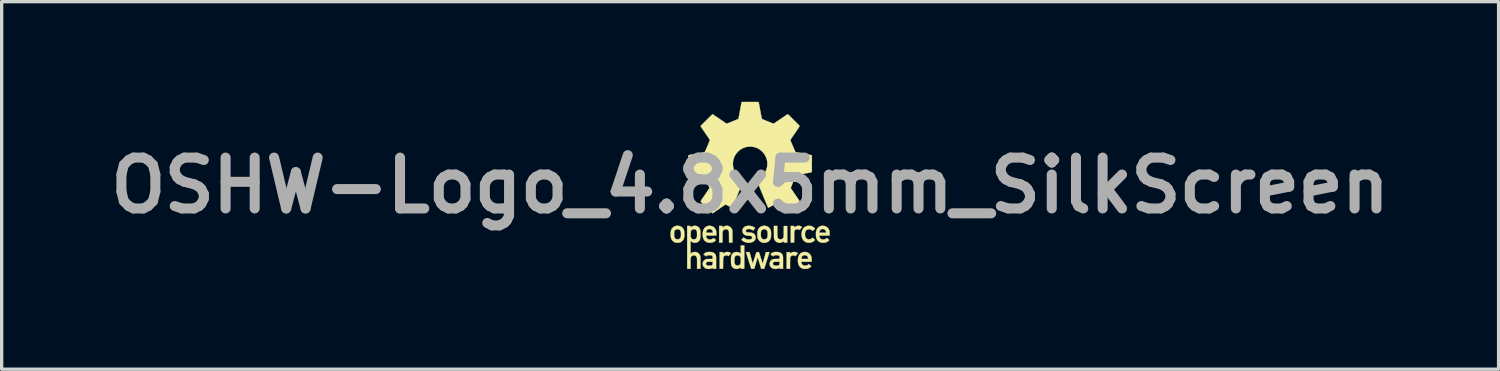
<source format=kicad_pcb>
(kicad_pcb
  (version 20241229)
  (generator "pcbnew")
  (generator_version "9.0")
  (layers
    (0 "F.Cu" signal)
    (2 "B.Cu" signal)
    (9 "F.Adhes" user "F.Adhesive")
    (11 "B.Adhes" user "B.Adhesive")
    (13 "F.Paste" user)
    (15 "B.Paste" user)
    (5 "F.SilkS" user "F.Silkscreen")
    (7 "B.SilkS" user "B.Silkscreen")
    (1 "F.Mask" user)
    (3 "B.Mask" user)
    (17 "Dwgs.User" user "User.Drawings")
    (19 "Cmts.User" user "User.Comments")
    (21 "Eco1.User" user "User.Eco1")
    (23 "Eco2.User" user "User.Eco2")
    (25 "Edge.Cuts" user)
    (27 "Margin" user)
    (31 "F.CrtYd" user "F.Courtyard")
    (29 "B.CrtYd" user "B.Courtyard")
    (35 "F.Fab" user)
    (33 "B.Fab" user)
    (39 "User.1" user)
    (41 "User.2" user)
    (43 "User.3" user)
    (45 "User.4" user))
  (footprint "OSHW-Logo_4.8x5mm_SilkScreen"
    (layer "F.Cu")
    (at 19.42 2.505)
    (property "Reference" "OSHW-Logo_4.8x5mm_SilkScreen" (at 0 0 0) (layer "F.Fab") (effects (font (size 1.524 1.524) (thickness 0.3))))
    (attr through_hole)
    (fp_poly (pts (xy 1.484 1.212) (xy 1.509 1.22) (xy 1.523 1.227) (xy 1.532 1.232) (xy 1.541 1.237) (xy 1.546 1.241) (xy 1.546 1.241) (xy 1.554 1.247) (xy 1.549 1.253) (xy 1.546 1.256) (xy 1.54 1.263) (xy 1.533 1.272) (xy 1.524 1.283) (xy 1.514 1.295) (xy 1.513 1.296) (xy 1.482 1.333) (xy 1.474 1.328) (xy 1.46 1.319) (xy 1.447 1.314) (xy 1.433 1.311) (xy 1.418 1.31) (xy 1.416 1.31) (xy 1.393 1.312) (xy 1.373 1.318) (xy 1.356 1.327) (xy 1.342 1.341) (xy 1.331 1.358) (xy 1.325 1.372) (xy 1.32 1.388) (xy 1.318 1.711) (xy 1.218 1.711) (xy 1.218 1.213) (xy 1.318 1.213) (xy 1.318 1.268) (xy 1.335 1.252) (xy 1.356 1.235) (xy 1.379 1.223) (xy 1.405 1.214) (xy 1.431 1.209) (xy 1.457 1.209) (xy 1.484 1.212)) (stroke (width 0.01) (type solid)) (fill yes) (layer "F.SilkS"))
    (fp_poly (pts (xy -0.645 1.996) (xy -0.619 2.004) (xy -0.606 2.01) (xy -0.597 2.016) (xy -0.588 2.021) (xy -0.582 2.025) (xy -0.582 2.025) (xy -0.575 2.031) (xy -0.611 2.074) (xy -0.648 2.117) (xy -0.655 2.112) (xy -0.67 2.103) (xy -0.683 2.097) (xy -0.696 2.094) (xy -0.712 2.094) (xy -0.727 2.094) (xy -0.74 2.096) (xy -0.751 2.1) (xy -0.763 2.105) (xy -0.767 2.107) (xy -0.781 2.119) (xy -0.793 2.134) (xy -0.803 2.152) (xy -0.804 2.156) (xy -0.805 2.159) (xy -0.806 2.162) (xy -0.807 2.166) (xy -0.807 2.17) (xy -0.808 2.175) (xy -0.808 2.182) (xy -0.809 2.191) (xy -0.809 2.202) (xy -0.809 2.216) (xy -0.809 2.232) (xy -0.81 2.252) (xy -0.81 2.276) (xy -0.81 2.304) (xy -0.81 2.333) (xy -0.811 2.495) (xy -0.911 2.495) (xy -0.911 1.997) (xy -0.811 1.997) (xy -0.811 2.051) (xy -0.794 2.035) (xy -0.773 2.019) (xy -0.749 2.006) (xy -0.724 1.997) (xy -0.698 1.993) (xy -0.671 1.992) (xy -0.645 1.996)) (stroke (width 0.01) (type solid)) (fill yes) (layer "F.SilkS"))
    (fp_poly (pts (xy 1.359 1.996) (xy 1.384 2.004) (xy 1.408 2.015) (xy 1.419 2.022) (xy 1.43 2.03) (xy 1.4 2.067) (xy 1.39 2.078) (xy 1.381 2.089) (xy 1.373 2.099) (xy 1.367 2.106) (xy 1.363 2.11) (xy 1.363 2.11) (xy 1.358 2.117) (xy 1.344 2.108) (xy 1.323 2.098) (xy 1.302 2.093) (xy 1.281 2.093) (xy 1.259 2.098) (xy 1.254 2.1) (xy 1.239 2.107) (xy 1.226 2.118) (xy 1.214 2.132) (xy 1.205 2.146) (xy 1.203 2.15) (xy 1.197 2.164) (xy 1.196 2.329) (xy 1.195 2.494) (xy 1.146 2.495) (xy 1.128 2.495) (xy 1.115 2.495) (xy 1.105 2.494) (xy 1.099 2.494) (xy 1.096 2.493) (xy 1.095 2.492) (xy 1.095 2.489) (xy 1.095 2.482) (xy 1.094 2.47) (xy 1.094 2.455) (xy 1.094 2.436) (xy 1.094 2.413) (xy 1.094 2.388) (xy 1.094 2.361) (xy 1.094 2.331) (xy 1.094 2.299) (xy 1.094 2.265) (xy 1.094 2.244) (xy 1.095 1.998) (xy 1.195 1.998) (xy 1.196 2.024) (xy 1.196 2.05) (xy 1.212 2.034) (xy 1.233 2.018) (xy 1.256 2.006) (xy 1.281 1.997) (xy 1.307 1.993) (xy 1.333 1.992) (xy 1.359 1.996)) (stroke (width 0.01) (type solid)) (fill yes) (layer "F.SilkS"))
    (fp_poly (pts (xy 0.813 1.365) (xy 0.813 1.397) (xy 0.813 1.426) (xy 0.813 1.452) (xy 0.814 1.475) (xy 0.814 1.495) (xy 0.814 1.512) (xy 0.815 1.524) (xy 0.815 1.531) (xy 0.816 1.533) (xy 0.821 1.553) (xy 0.83 1.572) (xy 0.843 1.588) (xy 0.858 1.601) (xy 0.873 1.609) (xy 0.888 1.613) (xy 0.905 1.615) (xy 0.922 1.615) (xy 0.939 1.612) (xy 0.95 1.609) (xy 0.967 1.6) (xy 0.982 1.587) (xy 0.994 1.57) (xy 1.004 1.551) (xy 1.004 1.55) (xy 1.005 1.546) (xy 1.005 1.538) (xy 1.006 1.527) (xy 1.006 1.511) (xy 1.007 1.492) (xy 1.007 1.468) (xy 1.008 1.439) (xy 1.008 1.406) (xy 1.008 1.378) (xy 1.01 1.215) (xy 1.11 1.215) (xy 1.111 1.711) (xy 1.01 1.71) (xy 1.009 1.685) (xy 1.008 1.66) (xy 0.992 1.675) (xy 0.974 1.689) (xy 0.954 1.7) (xy 0.933 1.709) (xy 0.919 1.713) (xy 0.904 1.715) (xy 0.887 1.716) (xy 0.87 1.716) (xy 0.853 1.714) (xy 0.842 1.712) (xy 0.815 1.704) (xy 0.791 1.691) (xy 0.769 1.674) (xy 0.75 1.654) (xy 0.735 1.632) (xy 0.731 1.625) (xy 0.728 1.619) (xy 0.725 1.613) (xy 0.723 1.608) (xy 0.721 1.603) (xy 0.72 1.597) (xy 0.718 1.59) (xy 0.717 1.583) (xy 0.716 1.574) (xy 0.715 1.563) (xy 0.715 1.549) (xy 0.714 1.533) (xy 0.714 1.514) (xy 0.714 1.492) (xy 0.714 1.466) (xy 0.714 1.436) (xy 0.713 1.401) (xy 0.713 1.396) (xy 0.713 1.213) (xy 0.813 1.213) (xy 0.813 1.365)) (stroke (width 0.01) (type solid)) (fill yes) (layer "F.SilkS"))
    (fp_poly (pts (xy -0.66 1.213) (xy -0.637 1.22) (xy -0.614 1.232) (xy -0.592 1.247) (xy -0.573 1.265) (xy -0.557 1.286) (xy -0.549 1.3) (xy -0.546 1.307) (xy -0.543 1.313) (xy -0.541 1.318) (xy -0.539 1.324) (xy -0.537 1.33) (xy -0.535 1.337) (xy -0.534 1.345) (xy -0.533 1.354) (xy -0.533 1.366) (xy -0.532 1.379) (xy -0.532 1.396) (xy -0.531 1.415) (xy -0.531 1.438) (xy -0.531 1.464) (xy -0.531 1.495) (xy -0.53 1.53) (xy -0.53 1.531) (xy -0.53 1.711) (xy -0.58 1.711) (xy -0.631 1.71) (xy -0.632 1.547) (xy -0.633 1.514) (xy -0.633 1.485) (xy -0.633 1.461) (xy -0.633 1.44) (xy -0.634 1.423) (xy -0.634 1.409) (xy -0.635 1.397) (xy -0.635 1.388) (xy -0.636 1.381) (xy -0.637 1.374) (xy -0.639 1.369) (xy -0.64 1.365) (xy -0.642 1.361) (xy -0.645 1.357) (xy -0.648 1.352) (xy -0.648 1.351) (xy -0.659 1.337) (xy -0.674 1.325) (xy -0.691 1.316) (xy -0.71 1.311) (xy -0.73 1.309) (xy -0.739 1.31) (xy -0.759 1.313) (xy -0.775 1.32) (xy -0.791 1.33) (xy -0.797 1.337) (xy -0.809 1.35) (xy -0.817 1.365) (xy -0.823 1.383) (xy -0.825 1.394) (xy -0.826 1.399) (xy -0.826 1.408) (xy -0.826 1.421) (xy -0.827 1.438) (xy -0.827 1.458) (xy -0.827 1.48) (xy -0.827 1.504) (xy -0.828 1.53) (xy -0.828 1.557) (xy -0.828 1.559) (xy -0.828 1.711) (xy -0.928 1.711) (xy -0.928 1.213) (xy -0.828 1.213) (xy -0.828 1.268) (xy -0.811 1.252) (xy -0.79 1.235) (xy -0.766 1.223) (xy -0.741 1.214) (xy -0.714 1.209) (xy -0.687 1.209) (xy -0.66 1.213)) (stroke (width 0.01) (type solid)) (fill yes) (layer "F.SilkS"))
    (fp_poly (pts (xy 1.781 1.21) (xy 1.792 1.21) (xy 1.802 1.211) (xy 1.809 1.212) (xy 1.817 1.214) (xy 1.825 1.216) (xy 1.827 1.217) (xy 1.859 1.229) (xy 1.888 1.245) (xy 1.892 1.247) (xy 1.899 1.252) (xy 1.908 1.259) (xy 1.917 1.267) (xy 1.925 1.275) (xy 1.933 1.283) (xy 1.939 1.289) (xy 1.943 1.294) (xy 1.943 1.295) (xy 1.941 1.297) (xy 1.936 1.302) (xy 1.929 1.309) (xy 1.919 1.318) (xy 1.909 1.328) (xy 1.908 1.329) (xy 1.872 1.36) (xy 1.857 1.346) (xy 1.836 1.33) (xy 1.813 1.318) (xy 1.79 1.311) (xy 1.765 1.309) (xy 1.74 1.312) (xy 1.724 1.316) (xy 1.703 1.325) (xy 1.685 1.337) (xy 1.67 1.354) (xy 1.658 1.374) (xy 1.65 1.397) (xy 1.647 1.411) (xy 1.645 1.423) (xy 1.644 1.439) (xy 1.643 1.457) (xy 1.644 1.475) (xy 1.644 1.493) (xy 1.646 1.509) (xy 1.648 1.522) (xy 1.649 1.527) (xy 1.658 1.551) (xy 1.67 1.571) (xy 1.685 1.588) (xy 1.703 1.601) (xy 1.724 1.61) (xy 1.735 1.613) (xy 1.761 1.616) (xy 1.786 1.615) (xy 1.81 1.609) (xy 1.831 1.599) (xy 1.852 1.583) (xy 1.855 1.58) (xy 1.872 1.565) (xy 1.908 1.597) (xy 1.919 1.607) (xy 1.928 1.616) (xy 1.936 1.623) (xy 1.941 1.628) (xy 1.943 1.631) (xy 1.943 1.631) (xy 1.942 1.634) (xy 1.937 1.639) (xy 1.931 1.645) (xy 1.927 1.649) (xy 1.903 1.67) (xy 1.876 1.687) (xy 1.848 1.701) (xy 1.819 1.711) (xy 1.811 1.712) (xy 1.8 1.714) (xy 1.785 1.715) (xy 1.769 1.716) (xy 1.753 1.716) (xy 1.739 1.715) (xy 1.73 1.715) (xy 1.703 1.709) (xy 1.676 1.7) (xy 1.651 1.687) (xy 1.628 1.672) (xy 1.608 1.655) (xy 1.6 1.647) (xy 1.582 1.622) (xy 1.567 1.594) (xy 1.556 1.563) (xy 1.547 1.53) (xy 1.542 1.494) (xy 1.541 1.458) (xy 1.543 1.427) (xy 1.547 1.397) (xy 1.553 1.371) (xy 1.561 1.347) (xy 1.571 1.324) (xy 1.586 1.298) (xy 1.604 1.275) (xy 1.625 1.256) (xy 1.648 1.24) (xy 1.661 1.233) (xy 1.678 1.225) (xy 1.694 1.219) (xy 1.708 1.215) (xy 1.724 1.212) (xy 1.741 1.211) (xy 1.762 1.21) (xy 1.765 1.21) (xy 1.781 1.21)) (stroke (width 0.01) (type solid)) (fill yes) (layer "F.SilkS"))
    (fp_poly (pts (xy -1.185 1.211) (xy -1.155 1.218) (xy -1.127 1.228) (xy -1.101 1.243) (xy -1.078 1.261) (xy -1.058 1.283) (xy -1.041 1.308) (xy -1.028 1.334) (xy -1.023 1.346) (xy -1.02 1.357) (xy -1.017 1.369) (xy -1.015 1.382) (xy -1.014 1.397) (xy -1.013 1.415) (xy -1.013 1.437) (xy -1.013 1.445) (xy -1.013 1.501) (xy -1.321 1.501) (xy -1.32 1.518) (xy -1.316 1.543) (xy -1.307 1.564) (xy -1.296 1.583) (xy -1.281 1.598) (xy -1.262 1.609) (xy -1.241 1.617) (xy -1.217 1.621) (xy -1.205 1.621) (xy -1.178 1.619) (xy -1.152 1.612) (xy -1.128 1.6) (xy -1.107 1.586) (xy -1.094 1.575) (xy -1.059 1.604) (xy -1.048 1.614) (xy -1.038 1.622) (xy -1.031 1.628) (xy -1.025 1.633) (xy -1.023 1.635) (xy -1.023 1.635) (xy -1.024 1.637) (xy -1.027 1.642) (xy -1.034 1.649) (xy -1.042 1.657) (xy -1.052 1.665) (xy -1.053 1.666) (xy -1.08 1.685) (xy -1.11 1.7) (xy -1.134 1.708) (xy -1.143 1.71) (xy -1.152 1.712) (xy -1.161 1.714) (xy -1.171 1.714) (xy -1.185 1.715) (xy -1.195 1.715) (xy -1.209 1.715) (xy -1.222 1.715) (xy -1.232 1.715) (xy -1.239 1.715) (xy -1.241 1.715) (xy -1.274 1.707) (xy -1.303 1.696) (xy -1.33 1.681) (xy -1.353 1.663) (xy -1.373 1.641) (xy -1.389 1.615) (xy -1.402 1.586) (xy -1.412 1.554) (xy -1.417 1.528) (xy -1.419 1.51) (xy -1.42 1.49) (xy -1.421 1.468) (xy -1.421 1.445) (xy -1.42 1.425) (xy -1.419 1.418) (xy -1.321 1.418) (xy -1.113 1.418) (xy -1.114 1.403) (xy -1.119 1.38) (xy -1.126 1.359) (xy -1.138 1.341) (xy -1.152 1.326) (xy -1.168 1.314) (xy -1.176 1.311) (xy -1.184 1.308) (xy -1.191 1.306) (xy -1.2 1.305) (xy -1.212 1.305) (xy -1.217 1.305) (xy -1.23 1.305) (xy -1.24 1.306) (xy -1.248 1.307) (xy -1.255 1.31) (xy -1.258 1.311) (xy -1.275 1.32) (xy -1.291 1.334) (xy -1.303 1.351) (xy -1.312 1.37) (xy -1.318 1.393) (xy -1.32 1.403) (xy -1.321 1.418) (xy -1.419 1.418) (xy -1.418 1.407) (xy -1.417 1.401) (xy -1.41 1.366) (xy -1.399 1.334) (xy -1.385 1.305) (xy -1.369 1.28) (xy -1.349 1.258) (xy -1.326 1.24) (xy -1.301 1.226) (xy -1.274 1.216) (xy -1.244 1.21) (xy -1.216 1.209) (xy -1.185 1.211)) (stroke (width 0.01) (type solid)) (fill yes) (layer "F.SilkS"))
    (fp_poly (pts (xy -0.176 2.145) (xy -0.177 2.494) (xy -0.277 2.494) (xy -0.278 2.47) (xy -0.278 2.446) (xy -0.295 2.459) (xy -0.319 2.476) (xy -0.345 2.489) (xy -0.373 2.497) (xy -0.401 2.5) (xy -0.429 2.499) (xy -0.444 2.496) (xy -0.468 2.489) (xy -0.491 2.477) (xy -0.513 2.462) (xy -0.531 2.444) (xy -0.534 2.44) (xy -0.545 2.425) (xy -0.554 2.411) (xy -0.56 2.396) (xy -0.565 2.379) (xy -0.569 2.359) (xy -0.569 2.357) (xy -0.57 2.348) (xy -0.571 2.335) (xy -0.572 2.319) (xy -0.572 2.3) (xy -0.572 2.279) (xy -0.573 2.257) (xy -0.573 2.246) (xy -0.472 2.246) (xy -0.472 2.267) (xy -0.472 2.283) (xy -0.471 2.296) (xy -0.47 2.307) (xy -0.469 2.316) (xy -0.468 2.321) (xy -0.461 2.344) (xy -0.452 2.363) (xy -0.441 2.378) (xy -0.426 2.388) (xy -0.409 2.395) (xy -0.388 2.399) (xy -0.37 2.399) (xy -0.358 2.398) (xy -0.347 2.396) (xy -0.337 2.394) (xy -0.336 2.393) (xy -0.323 2.387) (xy -0.311 2.377) (xy -0.301 2.365) (xy -0.292 2.352) (xy -0.291 2.347) (xy -0.287 2.335) (xy -0.283 2.322) (xy -0.281 2.308) (xy -0.28 2.292) (xy -0.279 2.272) (xy -0.278 2.248) (xy -0.278 2.247) (xy -0.279 2.221) (xy -0.28 2.199) (xy -0.281 2.181) (xy -0.284 2.166) (xy -0.288 2.152) (xy -0.293 2.14) (xy -0.293 2.14) (xy -0.302 2.125) (xy -0.313 2.113) (xy -0.326 2.103) (xy -0.336 2.099) (xy -0.352 2.095) (xy -0.37 2.093) (xy -0.387 2.093) (xy -0.398 2.095) (xy -0.418 2.1) (xy -0.434 2.109) (xy -0.447 2.121) (xy -0.457 2.137) (xy -0.458 2.139) (xy -0.462 2.149) (xy -0.465 2.16) (xy -0.468 2.17) (xy -0.47 2.183) (xy -0.471 2.197) (xy -0.472 2.215) (xy -0.472 2.236) (xy -0.472 2.246) (xy -0.573 2.246) (xy -0.573 2.235) (xy -0.572 2.213) (xy -0.572 2.192) (xy -0.572 2.173) (xy -0.571 2.157) (xy -0.57 2.144) (xy -0.569 2.135) (xy -0.564 2.108) (xy -0.555 2.085) (xy -0.544 2.064) (xy -0.529 2.045) (xy -0.51 2.028) (xy -0.509 2.027) (xy -0.486 2.012) (xy -0.461 2.001) (xy -0.434 1.995) (xy -0.406 1.993) (xy -0.398 1.993) (xy -0.372 1.996) (xy -0.347 2.003) (xy -0.323 2.015) (xy -0.3 2.031) (xy -0.291 2.038) (xy -0.278 2.049) (xy -0.278 1.797) (xy -0.176 1.797) (xy -0.176 2.145)) (stroke (width 0.01) (type solid)) (fill yes) (layer "F.SilkS"))
    (fp_poly (pts (xy 2.199 1.21) (xy 2.218 1.213) (xy 2.23 1.215) (xy 2.26 1.226) (xy 2.287 1.241) (xy 2.312 1.26) (xy 2.333 1.281) (xy 2.35 1.306) (xy 2.363 1.334) (xy 2.368 1.347) (xy 2.373 1.366) (xy 2.377 1.387) (xy 2.379 1.411) (xy 2.38 1.438) (xy 2.38 1.459) (xy 2.379 1.5) (xy 2.224 1.501) (xy 2.07 1.501) (xy 2.071 1.518) (xy 2.075 1.54) (xy 2.083 1.56) (xy 2.093 1.578) (xy 2.106 1.593) (xy 2.116 1.601) (xy 2.13 1.61) (xy 2.145 1.615) (xy 2.161 1.619) (xy 2.18 1.621) (xy 2.207 1.62) (xy 2.231 1.615) (xy 2.253 1.606) (xy 2.275 1.593) (xy 2.283 1.587) (xy 2.298 1.575) (xy 2.332 1.604) (xy 2.343 1.614) (xy 2.353 1.622) (xy 2.361 1.629) (xy 2.366 1.635) (xy 2.368 1.637) (xy 2.366 1.64) (xy 2.362 1.645) (xy 2.355 1.652) (xy 2.346 1.66) (xy 2.337 1.668) (xy 2.327 1.675) (xy 2.323 1.678) (xy 2.301 1.691) (xy 2.277 1.702) (xy 2.255 1.709) (xy 2.238 1.712) (xy 2.218 1.714) (xy 2.197 1.716) (xy 2.175 1.716) (xy 2.155 1.714) (xy 2.137 1.712) (xy 2.134 1.711) (xy 2.103 1.702) (xy 2.075 1.69) (xy 2.051 1.674) (xy 2.029 1.654) (xy 2.011 1.631) (xy 1.996 1.604) (xy 1.984 1.573) (xy 1.977 1.545) (xy 1.975 1.536) (xy 1.974 1.527) (xy 1.973 1.519) (xy 1.972 1.508) (xy 1.972 1.496) (xy 1.972 1.48) (xy 1.972 1.465) (xy 1.972 1.444) (xy 1.972 1.428) (xy 1.972 1.418) (xy 2.07 1.418) (xy 2.278 1.418) (xy 2.278 1.409) (xy 2.277 1.397) (xy 2.274 1.383) (xy 2.269 1.369) (xy 2.264 1.357) (xy 2.252 1.339) (xy 2.237 1.324) (xy 2.22 1.313) (xy 2.199 1.306) (xy 2.177 1.304) (xy 2.174 1.304) (xy 2.151 1.306) (xy 2.131 1.312) (xy 2.113 1.323) (xy 2.098 1.337) (xy 2.086 1.355) (xy 2.077 1.376) (xy 2.074 1.388) (xy 2.072 1.398) (xy 2.071 1.406) (xy 2.07 1.412) (xy 2.07 1.418) (xy 1.972 1.418) (xy 1.972 1.415) (xy 1.973 1.404) (xy 1.975 1.395) (xy 1.976 1.389) (xy 1.985 1.353) (xy 1.997 1.322) (xy 2.012 1.294) (xy 2.031 1.27) (xy 2.052 1.25) (xy 2.077 1.233) (xy 2.104 1.221) (xy 2.12 1.215) (xy 2.137 1.212) (xy 2.157 1.21) (xy 2.178 1.209) (xy 2.199 1.21)) (stroke (width 0.01) (type solid)) (fill yes) (layer "F.SilkS"))
    (fp_poly (pts (xy 1.653 1.993) (xy 1.672 1.995) (xy 1.687 1.998) (xy 1.688 1.998) (xy 1.718 2.008) (xy 1.745 2.022) (xy 1.769 2.04) (xy 1.791 2.061) (xy 1.809 2.085) (xy 1.823 2.112) (xy 1.826 2.119) (xy 1.831 2.133) (xy 1.834 2.146) (xy 1.837 2.161) (xy 1.839 2.177) (xy 1.84 2.196) (xy 1.841 2.219) (xy 1.841 2.233) (xy 1.841 2.285) (xy 1.533 2.285) (xy 1.533 2.297) (xy 1.534 2.31) (xy 1.538 2.326) (xy 1.543 2.341) (xy 1.546 2.349) (xy 1.552 2.359) (xy 1.562 2.37) (xy 1.573 2.38) (xy 1.583 2.389) (xy 1.59 2.392) (xy 1.61 2.4) (xy 1.633 2.404) (xy 1.656 2.405) (xy 1.678 2.402) (xy 1.683 2.401) (xy 1.699 2.396) (xy 1.716 2.388) (xy 1.732 2.379) (xy 1.745 2.37) (xy 1.746 2.369) (xy 1.753 2.363) (xy 1.757 2.36) (xy 1.76 2.36) (xy 1.762 2.361) (xy 1.765 2.364) (xy 1.772 2.369) (xy 1.78 2.376) (xy 1.79 2.385) (xy 1.799 2.392) (xy 1.832 2.42) (xy 1.82 2.432) (xy 1.797 2.452) (xy 1.77 2.47) (xy 1.741 2.484) (xy 1.715 2.493) (xy 1.704 2.495) (xy 1.689 2.497) (xy 1.671 2.498) (xy 1.654 2.499) (xy 1.636 2.499) (xy 1.621 2.499) (xy 1.61 2.498) (xy 1.578 2.49) (xy 1.549 2.479) (xy 1.523 2.465) (xy 1.5 2.447) (xy 1.48 2.425) (xy 1.464 2.399) (xy 1.451 2.37) (xy 1.441 2.336) (xy 1.436 2.316) (xy 1.434 2.301) (xy 1.433 2.283) (xy 1.432 2.262) (xy 1.432 2.241) (xy 1.433 2.219) (xy 1.434 2.202) (xy 1.533 2.202) (xy 1.741 2.202) (xy 1.74 2.189) (xy 1.734 2.164) (xy 1.726 2.141) (xy 1.715 2.123) (xy 1.701 2.108) (xy 1.684 2.097) (xy 1.664 2.091) (xy 1.641 2.088) (xy 1.63 2.088) (xy 1.618 2.089) (xy 1.608 2.09) (xy 1.6 2.093) (xy 1.591 2.096) (xy 1.579 2.103) (xy 1.568 2.111) (xy 1.564 2.115) (xy 1.552 2.13) (xy 1.543 2.148) (xy 1.536 2.168) (xy 1.533 2.187) (xy 1.533 2.191) (xy 1.533 2.202) (xy 1.434 2.202) (xy 1.434 2.2) (xy 1.436 2.184) (xy 1.436 2.18) (xy 1.444 2.144) (xy 1.456 2.112) (xy 1.47 2.084) (xy 1.488 2.059) (xy 1.509 2.038) (xy 1.532 2.02) (xy 1.559 2.007) (xy 1.581 1.999) (xy 1.596 1.996) (xy 1.614 1.994) (xy 1.634 1.993) (xy 1.653 1.993)) (stroke (width 0.01) (type solid)) (fill yes) (layer "F.SilkS"))
    (fp_poly (pts (xy -2.163 1.209) (xy -2.142 1.211) (xy -2.124 1.214) (xy -2.108 1.218) (xy -2.091 1.225) (xy -2.081 1.229) (xy -2.055 1.245) (xy -2.032 1.264) (xy -2.012 1.287) (xy -1.995 1.312) (xy -1.995 1.313) (xy -1.988 1.329) (xy -1.982 1.346) (xy -1.977 1.364) (xy -1.974 1.384) (xy -1.972 1.408) (xy -1.971 1.434) (xy -1.97 1.462) (xy -1.971 1.496) (xy -1.973 1.526) (xy -1.976 1.553) (xy -1.981 1.577) (xy -1.988 1.598) (xy -1.997 1.616) (xy -2.008 1.634) (xy -2.021 1.65) (xy -2.031 1.66) (xy -2.054 1.68) (xy -2.079 1.696) (xy -2.106 1.707) (xy -2.131 1.713) (xy -2.141 1.714) (xy -2.155 1.715) (xy -2.17 1.716) (xy -2.186 1.716) (xy -2.2 1.715) (xy -2.211 1.715) (xy -2.238 1.708) (xy -2.265 1.698) (xy -2.29 1.683) (xy -2.312 1.666) (xy -2.332 1.645) (xy -2.349 1.622) (xy -2.361 1.596) (xy -2.368 1.577) (xy -2.373 1.556) (xy -2.376 1.531) (xy -2.378 1.503) (xy -2.38 1.474) (xy -2.38 1.46) (xy -2.277 1.46) (xy -2.277 1.481) (xy -2.276 1.497) (xy -2.276 1.51) (xy -2.276 1.52) (xy -2.275 1.528) (xy -2.274 1.535) (xy -2.273 1.54) (xy -2.272 1.544) (xy -2.264 1.565) (xy -2.252 1.582) (xy -2.238 1.596) (xy -2.22 1.607) (xy -2.2 1.613) (xy -2.177 1.615) (xy -2.17 1.615) (xy -2.151 1.613) (xy -2.136 1.609) (xy -2.12 1.602) (xy -2.106 1.592) (xy -2.095 1.581) (xy -2.086 1.567) (xy -2.08 1.551) (xy -2.075 1.531) (xy -2.072 1.507) (xy -2.071 1.48) (xy -2.071 1.448) (xy -2.071 1.445) (xy -2.072 1.424) (xy -2.073 1.407) (xy -2.075 1.393) (xy -2.077 1.382) (xy -2.08 1.371) (xy -2.085 1.362) (xy -2.085 1.362) (xy -2.095 1.345) (xy -2.109 1.331) (xy -2.125 1.321) (xy -2.143 1.314) (xy -2.162 1.31) (xy -2.181 1.309) (xy -2.201 1.312) (xy -2.219 1.318) (xy -2.236 1.328) (xy -2.25 1.341) (xy -2.26 1.353) (xy -2.264 1.36) (xy -2.268 1.37) (xy -2.271 1.377) (xy -2.273 1.382) (xy -2.274 1.387) (xy -2.275 1.392) (xy -2.276 1.398) (xy -2.276 1.406) (xy -2.276 1.417) (xy -2.276 1.431) (xy -2.277 1.449) (xy -2.277 1.46) (xy -2.38 1.46) (xy -2.379 1.444) (xy -2.378 1.418) (xy -2.375 1.389) (xy -2.372 1.364) (xy -2.366 1.343) (xy -2.36 1.324) (xy -2.351 1.306) (xy -2.34 1.29) (xy -2.326 1.274) (xy -2.319 1.267) (xy -2.297 1.247) (xy -2.272 1.231) (xy -2.246 1.22) (xy -2.218 1.212) (xy -2.187 1.209) (xy -2.163 1.209)) (stroke (width 0.01) (type solid)) (fill yes) (layer "F.SilkS"))
    (fp_poly (pts (xy 0.463 1.212) (xy 0.492 1.219) (xy 0.519 1.23) (xy 0.544 1.245) (xy 0.552 1.251) (xy 0.564 1.262) (xy 0.577 1.275) (xy 0.588 1.29) (xy 0.598 1.304) (xy 0.603 1.311) (xy 0.61 1.326) (xy 0.616 1.344) (xy 0.621 1.364) (xy 0.624 1.385) (xy 0.625 1.388) (xy 0.626 1.399) (xy 0.627 1.415) (xy 0.627 1.433) (xy 0.627 1.452) (xy 0.627 1.472) (xy 0.627 1.492) (xy 0.627 1.51) (xy 0.626 1.525) (xy 0.625 1.536) (xy 0.62 1.566) (xy 0.612 1.592) (xy 0.601 1.616) (xy 0.587 1.638) (xy 0.57 1.658) (xy 0.562 1.665) (xy 0.54 1.683) (xy 0.517 1.697) (xy 0.492 1.707) (xy 0.467 1.713) (xy 0.452 1.715) (xy 0.435 1.716) (xy 0.417 1.716) (xy 0.399 1.715) (xy 0.384 1.714) (xy 0.378 1.713) (xy 0.351 1.705) (xy 0.327 1.695) (xy 0.305 1.681) (xy 0.283 1.663) (xy 0.278 1.658) (xy 0.261 1.638) (xy 0.247 1.619) (xy 0.237 1.598) (xy 0.229 1.574) (xy 0.225 1.559) (xy 0.224 1.55) (xy 0.223 1.536) (xy 0.222 1.52) (xy 0.221 1.502) (xy 0.22 1.482) (xy 0.22 1.462) (xy 0.22 1.461) (xy 0.321 1.461) (xy 0.321 1.483) (xy 0.321 1.501) (xy 0.322 1.516) (xy 0.323 1.528) (xy 0.324 1.537) (xy 0.326 1.546) (xy 0.329 1.553) (xy 0.333 1.561) (xy 0.334 1.563) (xy 0.345 1.581) (xy 0.36 1.595) (xy 0.377 1.606) (xy 0.397 1.613) (xy 0.418 1.616) (xy 0.44 1.615) (xy 0.447 1.613) (xy 0.468 1.607) (xy 0.486 1.596) (xy 0.501 1.582) (xy 0.512 1.565) (xy 0.516 1.557) (xy 0.519 1.55) (xy 0.522 1.542) (xy 0.523 1.533) (xy 0.525 1.522) (xy 0.525 1.509) (xy 0.526 1.493) (xy 0.526 1.473) (xy 0.526 1.461) (xy 0.526 1.439) (xy 0.526 1.422) (xy 0.525 1.407) (xy 0.524 1.396) (xy 0.523 1.386) (xy 0.52 1.378) (xy 0.518 1.37) (xy 0.514 1.362) (xy 0.512 1.359) (xy 0.502 1.343) (xy 0.487 1.33) (xy 0.47 1.32) (xy 0.451 1.313) (xy 0.431 1.309) (xy 0.41 1.31) (xy 0.407 1.311) (xy 0.385 1.316) (xy 0.366 1.326) (xy 0.35 1.338) (xy 0.338 1.355) (xy 0.328 1.375) (xy 0.326 1.383) (xy 0.324 1.388) (xy 0.323 1.394) (xy 0.322 1.401) (xy 0.322 1.409) (xy 0.321 1.421) (xy 0.321 1.435) (xy 0.321 1.454) (xy 0.321 1.461) (xy 0.22 1.461) (xy 0.22 1.442) (xy 0.22 1.424) (xy 0.221 1.408) (xy 0.222 1.395) (xy 0.222 1.391) (xy 0.228 1.358) (xy 0.237 1.328) (xy 0.251 1.301) (xy 0.268 1.277) (xy 0.288 1.256) (xy 0.295 1.251) (xy 0.319 1.235) (xy 0.346 1.222) (xy 0.374 1.214) (xy 0.403 1.209) (xy 0.433 1.209) (xy 0.463 1.212)) (stroke (width 0.01) (type solid)) (fill yes) (layer "F.SilkS"))
    (fp_poly (pts (xy -1.201 1.993) (xy -1.182 1.994) (xy -1.177 1.994) (xy -1.144 2) (xy -1.116 2.008) (xy -1.091 2.02) (xy -1.07 2.034) (xy -1.052 2.052) (xy -1.038 2.072) (xy -1.028 2.096) (xy -1.024 2.112) (xy -1.023 2.115) (xy -1.022 2.12) (xy -1.021 2.125) (xy -1.021 2.131) (xy -1.021 2.138) (xy -1.02 2.147) (xy -1.02 2.159) (xy -1.02 2.173) (xy -1.02 2.19) (xy -1.019 2.21) (xy -1.019 2.234) (xy -1.019 2.262) (xy -1.019 2.294) (xy -1.019 2.312) (xy -1.019 2.494) (xy -1.07 2.495) (xy -1.121 2.495) (xy -1.121 2.45) (xy -1.128 2.46) (xy -1.14 2.473) (xy -1.156 2.483) (xy -1.174 2.491) (xy -1.196 2.497) (xy -1.199 2.497) (xy -1.212 2.499) (xy -1.227 2.5) (xy -1.244 2.5) (xy -1.261 2.499) (xy -1.276 2.498) (xy -1.288 2.497) (xy -1.289 2.496) (xy -1.314 2.49) (xy -1.335 2.482) (xy -1.354 2.47) (xy -1.372 2.456) (xy -1.377 2.451) (xy -1.393 2.433) (xy -1.405 2.413) (xy -1.413 2.392) (xy -1.417 2.369) (xy -1.418 2.352) (xy -1.323 2.352) (xy -1.322 2.36) (xy -1.32 2.366) (xy -1.311 2.379) (xy -1.3 2.389) (xy -1.285 2.397) (xy -1.271 2.401) (xy -1.263 2.403) (xy -1.25 2.404) (xy -1.236 2.404) (xy -1.219 2.404) (xy -1.203 2.404) (xy -1.187 2.403) (xy -1.174 2.402) (xy -1.163 2.4) (xy -1.159 2.399) (xy -1.146 2.392) (xy -1.135 2.383) (xy -1.128 2.372) (xy -1.126 2.367) (xy -1.124 2.36) (xy -1.123 2.35) (xy -1.122 2.337) (xy -1.121 2.323) (xy -1.121 2.321) (xy -1.12 2.285) (xy -1.276 2.286) (xy -1.292 2.294) (xy -1.305 2.302) (xy -1.314 2.311) (xy -1.32 2.321) (xy -1.322 2.335) (xy -1.323 2.34) (xy -1.323 2.352) (xy -1.418 2.352) (xy -1.418 2.343) (xy -1.418 2.34) (xy -1.416 2.319) (xy -1.412 2.301) (xy -1.406 2.285) (xy -1.397 2.269) (xy -1.397 2.269) (xy -1.38 2.248) (xy -1.361 2.231) (xy -1.338 2.218) (xy -1.32 2.21) (xy -1.3 2.203) (xy -1.21 2.203) (xy -1.121 2.202) (xy -1.121 2.167) (xy -1.121 2.15) (xy -1.122 2.137) (xy -1.124 2.127) (xy -1.127 2.119) (xy -1.131 2.112) (xy -1.138 2.106) (xy -1.139 2.105) (xy -1.146 2.1) (xy -1.154 2.096) (xy -1.163 2.092) (xy -1.175 2.09) (xy -1.189 2.089) (xy -1.208 2.089) (xy -1.219 2.089) (xy -1.239 2.089) (xy -1.255 2.089) (xy -1.267 2.091) (xy -1.277 2.093) (xy -1.285 2.097) (xy -1.293 2.102) (xy -1.301 2.109) (xy -1.303 2.111) (xy -1.316 2.124) (xy -1.394 2.065) (xy -1.386 2.055) (xy -1.37 2.038) (xy -1.35 2.023) (xy -1.326 2.01) (xy -1.301 2.001) (xy -1.295 1.999) (xy -1.281 1.996) (xy -1.263 1.994) (xy -1.243 1.993) (xy -1.222 1.992) (xy -1.201 1.993)) (stroke (width 0.01) (type solid)) (fill yes) (layer "F.SilkS"))
    (fp_poly (pts (xy -0.016 1.21) (xy 0.022 1.215) (xy 0.057 1.223) (xy 0.09 1.236) (xy 0.121 1.253) (xy 0.145 1.271) (xy 0.151 1.276) (xy 0.121 1.312) (xy 0.111 1.323) (xy 0.103 1.333) (xy 0.096 1.34) (xy 0.091 1.346) (xy 0.089 1.348) (xy 0.089 1.348) (xy 0.086 1.346) (xy 0.081 1.343) (xy 0.073 1.339) (xy 0.067 1.335) (xy 0.04 1.321) (xy 0.011 1.311) (xy -0.018 1.305) (xy -0.045 1.304) (xy -0.068 1.305) (xy -0.088 1.309) (xy -0.103 1.316) (xy -0.115 1.325) (xy -0.123 1.338) (xy -0.127 1.352) (xy -0.129 1.36) (xy -0.129 1.367) (xy -0.127 1.373) (xy -0.125 1.377) (xy -0.121 1.385) (xy -0.116 1.391) (xy -0.11 1.396) (xy -0.101 1.4) (xy -0.09 1.404) (xy -0.075 1.406) (xy -0.058 1.409) (xy -0.036 1.411) (xy -0.016 1.412) (xy 0.008 1.414) (xy 0.027 1.416) (xy 0.044 1.418) (xy 0.057 1.421) (xy 0.069 1.424) (xy 0.08 1.429) (xy 0.091 1.434) (xy 0.094 1.435) (xy 0.114 1.448) (xy 0.131 1.465) (xy 0.144 1.485) (xy 0.154 1.508) (xy 0.16 1.533) (xy 0.162 1.559) (xy 0.161 1.578) (xy 0.159 1.595) (xy 0.154 1.61) (xy 0.147 1.627) (xy 0.147 1.627) (xy 0.134 1.647) (xy 0.117 1.665) (xy 0.096 1.681) (xy 0.071 1.694) (xy 0.044 1.705) (xy 0.014 1.712) (xy 0.009 1.713) (xy -0.008 1.715) (xy -0.027 1.716) (xy -0.048 1.716) (xy -0.068 1.715) (xy -0.086 1.714) (xy -0.096 1.712) (xy -0.132 1.704) (xy -0.167 1.691) (xy -0.2 1.674) (xy -0.231 1.653) (xy -0.249 1.639) (xy -0.262 1.628) (xy -0.228 1.594) (xy -0.217 1.583) (xy -0.208 1.574) (xy -0.2 1.567) (xy -0.194 1.562) (xy -0.192 1.56) (xy -0.192 1.56) (xy -0.188 1.562) (xy -0.184 1.566) (xy -0.182 1.568) (xy -0.173 1.575) (xy -0.161 1.584) (xy -0.147 1.593) (xy -0.133 1.601) (xy -0.122 1.606) (xy -0.099 1.614) (xy -0.076 1.619) (xy -0.05 1.621) (xy -0.037 1.621) (xy -0.011 1.62) (xy 0.011 1.616) (xy 0.029 1.609) (xy 0.044 1.599) (xy 0.052 1.59) (xy 0.057 1.583) (xy 0.059 1.575) (xy 0.06 1.566) (xy 0.061 1.563) (xy 0.06 1.548) (xy 0.057 1.537) (xy 0.051 1.528) (xy 0.043 1.522) (xy 0.038 1.519) (xy 0.032 1.517) (xy 0.026 1.515) (xy 0.018 1.513) (xy 0.008 1.512) (xy -0.004 1.51) (xy -0.02 1.509) (xy -0.04 1.507) (xy -0.045 1.506) (xy -0.062 1.505) (xy -0.079 1.503) (xy -0.095 1.501) (xy -0.108 1.499) (xy -0.118 1.497) (xy -0.121 1.496) (xy -0.147 1.488) (xy -0.17 1.475) (xy -0.189 1.459) (xy -0.205 1.441) (xy -0.217 1.42) (xy -0.225 1.397) (xy -0.229 1.371) (xy -0.229 1.345) (xy -0.226 1.327) (xy -0.22 1.306) (xy -0.211 1.287) (xy -0.198 1.27) (xy -0.188 1.26) (xy -0.169 1.243) (xy -0.149 1.23) (xy -0.126 1.221) (xy -0.1 1.214) (xy -0.071 1.21) (xy -0.055 1.209) (xy -0.016 1.21)) (stroke (width 0.01) (type solid)) (fill yes) (layer "F.SilkS"))
    (fp_poly (pts (xy 0.82 1.994) (xy 0.853 1.998) (xy 0.883 2.006) (xy 0.909 2.017) (xy 0.931 2.031) (xy 0.95 2.048) (xy 0.964 2.067) (xy 0.975 2.09) (xy 0.982 2.116) (xy 0.983 2.118) (xy 0.983 2.123) (xy 0.984 2.129) (xy 0.984 2.136) (xy 0.985 2.145) (xy 0.985 2.156) (xy 0.986 2.169) (xy 0.986 2.185) (xy 0.986 2.205) (xy 0.986 2.227) (xy 0.986 2.254) (xy 0.986 2.285) (xy 0.986 2.317) (xy 0.986 2.495) (xy 0.886 2.495) (xy 0.886 2.45) (xy 0.875 2.463) (xy 0.864 2.474) (xy 0.852 2.483) (xy 0.838 2.489) (xy 0.822 2.494) (xy 0.803 2.497) (xy 0.78 2.499) (xy 0.771 2.499) (xy 0.757 2.499) (xy 0.743 2.499) (xy 0.732 2.498) (xy 0.723 2.498) (xy 0.721 2.497) (xy 0.692 2.49) (xy 0.667 2.48) (xy 0.644 2.466) (xy 0.625 2.449) (xy 0.609 2.429) (xy 0.598 2.407) (xy 0.59 2.383) (xy 0.59 2.382) (xy 0.586 2.355) (xy 0.587 2.342) (xy 0.681 2.342) (xy 0.683 2.358) (xy 0.69 2.373) (xy 0.7 2.385) (xy 0.714 2.394) (xy 0.733 2.401) (xy 0.734 2.401) (xy 0.743 2.402) (xy 0.757 2.404) (xy 0.772 2.404) (xy 0.788 2.405) (xy 0.804 2.404) (xy 0.818 2.404) (xy 0.83 2.402) (xy 0.831 2.402) (xy 0.846 2.398) (xy 0.858 2.393) (xy 0.868 2.385) (xy 0.875 2.375) (xy 0.88 2.362) (xy 0.883 2.344) (xy 0.885 2.323) (xy 0.886 2.317) (xy 0.887 2.285) (xy 0.814 2.285) (xy 0.792 2.285) (xy 0.775 2.285) (xy 0.762 2.285) (xy 0.752 2.286) (xy 0.744 2.286) (xy 0.737 2.287) (xy 0.732 2.288) (xy 0.727 2.289) (xy 0.724 2.29) (xy 0.708 2.297) (xy 0.695 2.307) (xy 0.686 2.319) (xy 0.682 2.334) (xy 0.681 2.342) (xy 0.587 2.342) (xy 0.587 2.329) (xy 0.593 2.305) (xy 0.602 2.282) (xy 0.614 2.261) (xy 0.631 2.242) (xy 0.65 2.227) (xy 0.66 2.221) (xy 0.669 2.217) (xy 0.676 2.213) (xy 0.683 2.211) (xy 0.69 2.208) (xy 0.698 2.207) (xy 0.707 2.205) (xy 0.718 2.204) (xy 0.732 2.204) (xy 0.749 2.203) (xy 0.769 2.203) (xy 0.794 2.202) (xy 0.795 2.202) (xy 0.885 2.201) (xy 0.885 2.167) (xy 0.885 2.153) (xy 0.885 2.143) (xy 0.884 2.135) (xy 0.883 2.13) (xy 0.881 2.125) (xy 0.879 2.12) (xy 0.872 2.11) (xy 0.862 2.101) (xy 0.848 2.095) (xy 0.832 2.091) (xy 0.811 2.088) (xy 0.786 2.087) (xy 0.786 2.087) (xy 0.764 2.088) (xy 0.746 2.09) (xy 0.731 2.093) (xy 0.719 2.098) (xy 0.708 2.105) (xy 0.699 2.113) (xy 0.689 2.124) (xy 0.651 2.095) (xy 0.639 2.086) (xy 0.629 2.078) (xy 0.621 2.071) (xy 0.615 2.066) (xy 0.613 2.064) (xy 0.613 2.064) (xy 0.615 2.06) (xy 0.619 2.054) (xy 0.626 2.047) (xy 0.635 2.039) (xy 0.644 2.031) (xy 0.653 2.024) (xy 0.661 2.019) (xy 0.662 2.018) (xy 0.682 2.008) (xy 0.705 2) (xy 0.731 1.995) (xy 0.76 1.993) (xy 0.783 1.992) (xy 0.82 1.994)) (stroke (width 0.01) (type solid)) (fill yes) (layer "F.SilkS"))
    (fp_poly (pts (xy 0.029 2.17) (xy 0.037 2.198) (xy 0.044 2.225) (xy 0.051 2.25) (xy 0.058 2.272) (xy 0.063 2.292) (xy 0.068 2.31) (xy 0.072 2.323) (xy 0.076 2.334) (xy 0.078 2.34) (xy 0.078 2.342) (xy 0.079 2.339) (xy 0.082 2.333) (xy 0.085 2.322) (xy 0.09 2.309) (xy 0.095 2.292) (xy 0.101 2.273) (xy 0.108 2.252) (xy 0.116 2.23) (xy 0.123 2.206) (xy 0.131 2.182) (xy 0.139 2.157) (xy 0.147 2.133) (xy 0.155 2.11) (xy 0.162 2.087) (xy 0.169 2.066) (xy 0.175 2.048) (xy 0.18 2.031) (xy 0.184 2.018) (xy 0.187 2.008) (xy 0.189 2.002) (xy 0.19 2) (xy 0.191 1.999) (xy 0.194 1.998) (xy 0.199 1.997) (xy 0.207 1.997) (xy 0.218 1.997) (xy 0.227 1.998) (xy 0.264 1.998) (xy 0.297 2.1) (xy 0.31 2.139) (xy 0.321 2.174) (xy 0.331 2.205) (xy 0.34 2.232) (xy 0.347 2.255) (xy 0.354 2.275) (xy 0.359 2.291) (xy 0.364 2.305) (xy 0.368 2.316) (xy 0.371 2.325) (xy 0.373 2.332) (xy 0.375 2.336) (xy 0.376 2.339) (xy 0.377 2.341) (xy 0.378 2.342) (xy 0.378 2.341) (xy 0.379 2.338) (xy 0.381 2.331) (xy 0.384 2.32) (xy 0.388 2.305) (xy 0.393 2.287) (xy 0.399 2.267) (xy 0.405 2.243) (xy 0.412 2.218) (xy 0.42 2.191) (xy 0.426 2.168) (xy 0.473 1.998) (xy 0.526 1.998) (xy 0.541 1.997) (xy 0.555 1.998) (xy 0.566 1.998) (xy 0.574 1.998) (xy 0.578 1.999) (xy 0.579 1.999) (xy 0.578 2.001) (xy 0.576 2.008) (xy 0.572 2.019) (xy 0.568 2.034) (xy 0.562 2.052) (xy 0.555 2.073) (xy 0.548 2.097) (xy 0.539 2.124) (xy 0.53 2.152) (xy 0.52 2.183) (xy 0.51 2.215) (xy 0.5 2.247) (xy 0.421 2.494) (xy 0.377 2.495) (xy 0.332 2.495) (xy 0.326 2.476) (xy 0.325 2.471) (xy 0.322 2.461) (xy 0.318 2.447) (xy 0.313 2.43) (xy 0.307 2.41) (xy 0.3 2.388) (xy 0.293 2.364) (xy 0.285 2.338) (xy 0.277 2.311) (xy 0.275 2.303) (xy 0.267 2.276) (xy 0.259 2.252) (xy 0.252 2.229) (xy 0.246 2.208) (xy 0.24 2.19) (xy 0.235 2.174) (xy 0.231 2.163) (xy 0.229 2.154) (xy 0.227 2.151) (xy 0.227 2.15) (xy 0.226 2.153) (xy 0.224 2.16) (xy 0.22 2.171) (xy 0.216 2.185) (xy 0.211 2.202) (xy 0.204 2.223) (xy 0.197 2.246) (xy 0.19 2.27) (xy 0.182 2.297) (xy 0.176 2.318) (xy 0.168 2.346) (xy 0.16 2.372) (xy 0.152 2.397) (xy 0.146 2.419) (xy 0.14 2.439) (xy 0.134 2.457) (xy 0.13 2.471) (xy 0.127 2.481) (xy 0.125 2.488) (xy 0.124 2.49) (xy 0.123 2.492) (xy 0.122 2.493) (xy 0.119 2.494) (xy 0.115 2.495) (xy 0.107 2.495) (xy 0.097 2.495) (xy 0.082 2.495) (xy 0.078 2.495) (xy 0.035 2.495) (xy 0.03 2.48) (xy 0.028 2.475) (xy 0.025 2.467) (xy 0.021 2.454) (xy 0.016 2.437) (xy 0.01 2.418) (xy 0.003 2.395) (xy -0.006 2.37) (xy -0.014 2.343) (xy -0.024 2.313) (xy -0.034 2.282) (xy -0.044 2.25) (xy -0.049 2.234) (xy -0.059 2.202) (xy -0.069 2.171) (xy -0.079 2.141) (xy -0.087 2.114) (xy -0.095 2.088) (xy -0.103 2.066) (xy -0.109 2.046) (xy -0.115 2.029) (xy -0.119 2.016) (xy -0.122 2.007) (xy -0.123 2.001) (xy -0.124 2) (xy -0.123 1.999) (xy -0.121 1.998) (xy -0.117 1.998) (xy -0.11 1.997) (xy -0.099 1.997) (xy -0.084 1.997) (xy -0.071 1.997) (xy -0.018 1.997) (xy 0.029 2.17)) (stroke (width 0.01) (type solid)) (fill yes) (layer "F.SilkS"))
    (fp_poly (pts (xy -1.624 1.212) (xy -1.598 1.219) (xy -1.573 1.23) (xy -1.55 1.245) (xy -1.546 1.249) (xy -1.528 1.268) (xy -1.513 1.29) (xy -1.502 1.314) (xy -1.496 1.334) (xy -1.495 1.341) (xy -1.494 1.347) (xy -1.493 1.355) (xy -1.492 1.364) (xy -1.491 1.375) (xy -1.491 1.389) (xy -1.49 1.406) (xy -1.49 1.427) (xy -1.49 1.444) (xy -1.49 1.479) (xy -1.49 1.509) (xy -1.49 1.535) (xy -1.492 1.558) (xy -1.494 1.578) (xy -1.497 1.595) (xy -1.501 1.61) (xy -1.506 1.623) (xy -1.512 1.635) (xy -1.519 1.646) (xy -1.528 1.657) (xy -1.538 1.668) (xy -1.539 1.669) (xy -1.56 1.687) (xy -1.583 1.701) (xy -1.607 1.71) (xy -1.634 1.715) (xy -1.657 1.716) (xy -1.681 1.714) (xy -1.705 1.709) (xy -1.729 1.699) (xy -1.753 1.684) (xy -1.775 1.667) (xy -1.785 1.66) (xy -1.785 2.049) (xy -1.77 2.035) (xy -1.749 2.019) (xy -1.727 2.006) (xy -1.702 1.998) (xy -1.675 1.994) (xy -1.665 1.993) (xy -1.639 1.993) (xy -1.617 1.996) (xy -1.595 2.003) (xy -1.587 2.007) (xy -1.561 2.022) (xy -1.54 2.039) (xy -1.521 2.06) (xy -1.507 2.084) (xy -1.497 2.11) (xy -1.494 2.12) (xy -1.493 2.124) (xy -1.492 2.128) (xy -1.492 2.132) (xy -1.491 2.138) (xy -1.491 2.145) (xy -1.49 2.153) (xy -1.49 2.163) (xy -1.49 2.175) (xy -1.49 2.191) (xy -1.489 2.209) (xy -1.489 2.23) (xy -1.489 2.256) (xy -1.489 2.285) (xy -1.489 2.317) (xy -1.489 2.495) (xy -1.589 2.495) (xy -1.589 2.34) (xy -1.589 2.308) (xy -1.589 2.278) (xy -1.59 2.251) (xy -1.59 2.228) (xy -1.59 2.208) (xy -1.591 2.192) (xy -1.591 2.181) (xy -1.592 2.174) (xy -1.592 2.173) (xy -1.598 2.151) (xy -1.608 2.132) (xy -1.622 2.117) (xy -1.638 2.105) (xy -1.658 2.097) (xy -1.67 2.094) (xy -1.691 2.093) (xy -1.711 2.095) (xy -1.73 2.102) (xy -1.747 2.112) (xy -1.761 2.126) (xy -1.772 2.142) (xy -1.773 2.144) (xy -1.775 2.149) (xy -1.777 2.153) (xy -1.779 2.158) (xy -1.78 2.164) (xy -1.781 2.171) (xy -1.782 2.179) (xy -1.783 2.188) (xy -1.784 2.2) (xy -1.784 2.215) (xy -1.784 2.232) (xy -1.784 2.253) (xy -1.785 2.278) (xy -1.785 2.306) (xy -1.785 2.339) (xy -1.785 2.495) (xy -1.885 2.495) (xy -1.885 1.464) (xy -1.784 1.464) (xy -1.783 1.483) (xy -1.783 1.501) (xy -1.782 1.518) (xy -1.781 1.531) (xy -1.779 1.539) (xy -1.772 1.562) (xy -1.763 1.58) (xy -1.751 1.594) (xy -1.737 1.605) (xy -1.72 1.612) (xy -1.714 1.614) (xy -1.704 1.615) (xy -1.69 1.616) (xy -1.675 1.615) (xy -1.661 1.613) (xy -1.649 1.61) (xy -1.645 1.609) (xy -1.629 1.6) (xy -1.616 1.588) (xy -1.605 1.571) (xy -1.597 1.55) (xy -1.595 1.544) (xy -1.594 1.537) (xy -1.592 1.53) (xy -1.592 1.521) (xy -1.591 1.51) (xy -1.591 1.496) (xy -1.591 1.479) (xy -1.591 1.464) (xy -1.591 1.44) (xy -1.591 1.42) (xy -1.592 1.404) (xy -1.593 1.393) (xy -1.593 1.388) (xy -1.6 1.365) (xy -1.609 1.347) (xy -1.621 1.332) (xy -1.635 1.322) (xy -1.652 1.314) (xy -1.666 1.311) (xy -1.687 1.309) (xy -1.707 1.311) (xy -1.726 1.316) (xy -1.743 1.324) (xy -1.75 1.329) (xy -1.759 1.34) (xy -1.768 1.354) (xy -1.775 1.371) (xy -1.779 1.385) (xy -1.781 1.395) (xy -1.782 1.409) (xy -1.783 1.426) (xy -1.783 1.444) (xy -1.784 1.464) (xy -1.885 1.464) (xy -1.885 1.213) (xy -1.785 1.213) (xy -1.785 1.266) (xy -1.774 1.256) (xy -1.753 1.238) (xy -1.729 1.225) (xy -1.703 1.215) (xy -1.677 1.21) (xy -1.65 1.209) (xy -1.624 1.212)) (stroke (width 0.01) (type solid)) (fill yes) (layer "F.SilkS"))
    (fp_poly (pts (xy 0.249 -2.494) (xy 0.254 -2.489) (xy 0.257 -2.484) (xy 0.257 -2.483) (xy 0.258 -2.48) (xy 0.259 -2.473) (xy 0.262 -2.461) (xy 0.265 -2.446) (xy 0.268 -2.427) (xy 0.272 -2.405) (xy 0.277 -2.381) (xy 0.282 -2.353) (xy 0.287 -2.324) (xy 0.293 -2.293) (xy 0.299 -2.26) (xy 0.303 -2.243) (xy 0.31 -2.201) (xy 0.317 -2.164) (xy 0.323 -2.132) (xy 0.329 -2.103) (xy 0.334 -2.079) (xy 0.338 -2.058) (xy 0.341 -2.041) (xy 0.344 -2.027) (xy 0.347 -2.016) (xy 0.349 -2.008) (xy 0.35 -2.002) (xy 0.351 -1.999) (xy 0.352 -1.998) (xy 0.357 -1.992) (xy 0.365 -1.986) (xy 0.367 -1.985) (xy 0.371 -1.983) (xy 0.379 -1.98) (xy 0.391 -1.975) (xy 0.406 -1.969) (xy 0.424 -1.961) (xy 0.445 -1.953) (xy 0.467 -1.943) (xy 0.492 -1.933) (xy 0.518 -1.923) (xy 0.533 -1.916) (xy 0.564 -1.904) (xy 0.59 -1.893) (xy 0.613 -1.884) (xy 0.632 -1.876) (xy 0.648 -1.87) (xy 0.661 -1.865) (xy 0.671 -1.861) (xy 0.68 -1.858) (xy 0.686 -1.856) (xy 0.691 -1.855) (xy 0.695 -1.854) (xy 0.698 -1.853) (xy 0.701 -1.853) (xy 0.702 -1.854) (xy 0.704 -1.854) (xy 0.706 -1.854) (xy 0.709 -1.855) (xy 0.713 -1.857) (xy 0.718 -1.86) (xy 0.723 -1.863) (xy 0.731 -1.867) (xy 0.74 -1.873) (xy 0.751 -1.88) (xy 0.764 -1.889) (xy 0.78 -1.9) (xy 0.798 -1.912) (xy 0.819 -1.927) (xy 0.844 -1.944) (xy 0.872 -1.963) (xy 0.904 -1.985) (xy 0.913 -1.991) (xy 0.941 -2.01) (xy 0.968 -2.028) (xy 0.993 -2.046) (xy 1.017 -2.062) (xy 1.039 -2.077) (xy 1.059 -2.091) (xy 1.077 -2.103) (xy 1.092 -2.113) (xy 1.104 -2.12) (xy 1.112 -2.126) (xy 1.117 -2.129) (xy 1.118 -2.129) (xy 1.125 -2.131) (xy 1.132 -2.13) (xy 1.134 -2.129) (xy 1.139 -2.125) (xy 1.146 -2.118) (xy 1.156 -2.109) (xy 1.169 -2.097) (xy 1.184 -2.082) (xy 1.202 -2.065) (xy 1.223 -2.044) (xy 1.248 -2.02) (xy 1.275 -1.993) (xy 1.304 -1.963) (xy 1.328 -1.94) (xy 1.351 -1.917) (xy 1.373 -1.895) (xy 1.393 -1.875) (xy 1.412 -1.856) (xy 1.428 -1.839) (xy 1.443 -1.824) (xy 1.455 -1.811) (xy 1.464 -1.802) (xy 1.471 -1.795) (xy 1.475 -1.791) (xy 1.475 -1.79) (xy 1.477 -1.787) (xy 1.478 -1.785) (xy 1.479 -1.782) (xy 1.479 -1.78) (xy 1.479 -1.776) (xy 1.478 -1.772) (xy 1.475 -1.767) (xy 1.472 -1.76) (xy 1.467 -1.752) (xy 1.461 -1.742) (xy 1.453 -1.729) (xy 1.444 -1.715) (xy 1.432 -1.698) (xy 1.419 -1.678) (xy 1.403 -1.655) (xy 1.385 -1.629) (xy 1.365 -1.599) (xy 1.346 -1.572) (xy 1.327 -1.545) (xy 1.309 -1.518) (xy 1.292 -1.493) (xy 1.276 -1.469) (xy 1.261 -1.447) (xy 1.248 -1.428) (xy 1.236 -1.411) (xy 1.226 -1.396) (xy 1.219 -1.385) (xy 1.213 -1.377) (xy 1.211 -1.373) (xy 1.21 -1.372) (xy 1.207 -1.364) (xy 1.206 -1.357) (xy 1.206 -1.356) (xy 1.207 -1.353) (xy 1.21 -1.345) (xy 1.214 -1.334) (xy 1.22 -1.319) (xy 1.228 -1.301) (xy 1.236 -1.28) (xy 1.246 -1.256) (xy 1.257 -1.23) (xy 1.269 -1.203) (xy 1.279 -1.18) (xy 1.293 -1.147) (xy 1.305 -1.118) (xy 1.316 -1.094) (xy 1.325 -1.072) (xy 1.333 -1.055) (xy 1.339 -1.04) (xy 1.345 -1.028) (xy 1.35 -1.018) (xy 1.354 -1.011) (xy 1.357 -1.005) (xy 1.36 -1.001) (xy 1.363 -0.998) (xy 1.366 -0.997) (xy 1.368 -0.995) (xy 1.369 -0.995) (xy 1.372 -0.994) (xy 1.38 -0.993) (xy 1.391 -0.991) (xy 1.406 -0.988) (xy 1.425 -0.984) (xy 1.447 -0.98) (xy 1.472 -0.976) (xy 1.499 -0.971) (xy 1.528 -0.965) (xy 1.559 -0.959) (xy 1.592 -0.953) (xy 1.604 -0.951) (xy 1.642 -0.944) (xy 1.676 -0.938) (xy 1.706 -0.932) (xy 1.732 -0.927) (xy 1.754 -0.923) (xy 1.773 -0.919) (xy 1.788 -0.916) (xy 1.801 -0.914) (xy 1.812 -0.911) (xy 1.82 -0.91) (xy 1.827 -0.908) (xy 1.832 -0.907) (xy 1.835 -0.905) (xy 1.838 -0.904) (xy 1.839 -0.903) (xy 1.841 -0.902) (xy 1.842 -0.901) (xy 1.849 -0.893) (xy 1.849 -0.408) (xy 1.842 -0.401) (xy 1.841 -0.399) (xy 1.839 -0.398) (xy 1.837 -0.397) (xy 1.834 -0.396) (xy 1.831 -0.395) (xy 1.825 -0.393) (xy 1.818 -0.391) (xy 1.81 -0.389) (xy 1.799 -0.387) (xy 1.785 -0.384) (xy 1.768 -0.381) (xy 1.749 -0.377) (xy 1.725 -0.373) (xy 1.699 -0.368) (xy 1.668 -0.362) (xy 1.632 -0.356) (xy 1.61 -0.352) (xy 1.574 -0.345) (xy 1.541 -0.339) (xy 1.51 -0.333) (xy 1.481 -0.327) (xy 1.455 -0.322) (xy 1.433 -0.318) (xy 1.413 -0.314) (xy 1.398 -0.311) (xy 1.387 -0.308) (xy 1.38 -0.307) (xy 1.377 -0.306) (xy 1.371 -0.302) (xy 1.366 -0.297) (xy 1.365 -0.296) (xy 1.364 -0.293) (xy 1.361 -0.286) (xy 1.356 -0.275) (xy 1.35 -0.261) (xy 1.344 -0.244) (xy 1.336 -0.224) (xy 1.327 -0.203) (xy 1.318 -0.18) (xy 1.308 -0.156) (xy 1.298 -0.131) (xy 1.288 -0.106) (xy 1.278 -0.081) (xy 1.268 -0.056) (xy 1.259 -0.033) (xy 1.25 -0.011) (xy 1.242 0.009) (xy 1.235 0.027) (xy 1.229 0.043) (xy 1.224 0.055) (xy 1.221 0.063) (xy 1.22 0.068) (xy 1.219 0.068) (xy 1.219 0.075) (xy 1.221 0.083) (xy 1.221 0.084) (xy 1.223 0.088) (xy 1.228 0.095) (xy 1.234 0.105) (xy 1.243 0.119) (xy 1.254 0.136) (xy 1.267 0.154) (xy 1.281 0.176) (xy 1.297 0.199) (xy 1.314 0.224) (xy 1.332 0.25) (xy 1.35 0.277) (xy 1.352 0.279) (xy 1.374 0.311) (xy 1.393 0.339) (xy 1.41 0.363) (xy 1.424 0.385) (xy 1.436 0.403) (xy 1.447 0.418) (xy 1.455 0.431) (xy 1.462 0.442) (xy 1.468 0.45) (xy 1.472 0.457) (xy 1.475 0.463) (xy 1.477 0.467) (xy 1.479 0.47) (xy 1.479 0.472) (xy 1.479 0.474) (xy 1.479 0.475) (xy 1.479 0.476) (xy 1.479 0.478) (xy 1.478 0.48) (xy 1.477 0.482) (xy 1.475 0.485) (xy 1.472 0.489) (xy 1.467 0.494) (xy 1.462 0.501) (xy 1.454 0.509) (xy 1.445 0.518) (xy 1.434 0.53) (xy 1.42 0.543) (xy 1.404 0.559) (xy 1.386 0.578) (xy 1.365 0.6) (xy 1.34 0.624) (xy 1.313 0.652) (xy 1.308 0.656) (xy 1.279 0.685) (xy 1.253 0.711) (xy 1.231 0.733) (xy 1.211 0.753) (xy 1.194 0.77) (xy 1.179 0.784) (xy 1.167 0.796) (xy 1.157 0.806) (xy 1.148 0.814) (xy 1.142 0.82) (xy 1.136 0.824) (xy 1.133 0.827) (xy 1.13 0.829) (xy 1.128 0.829) (xy 1.122 0.829) (xy 1.116 0.827) (xy 1.109 0.823) (xy 1.105 0.821) (xy 1.098 0.816) (xy 1.087 0.809) (xy 1.073 0.799) (xy 1.056 0.788) (xy 1.037 0.775) (xy 1.016 0.76) (xy 0.993 0.744) (xy 0.968 0.728) (xy 0.942 0.71) (xy 0.92 0.695) (xy 0.743 0.573) (xy 0.731 0.574) (xy 0.727 0.575) (xy 0.722 0.576) (xy 0.716 0.579) (xy 0.708 0.583) (xy 0.698 0.588) (xy 0.684 0.594) (xy 0.668 0.603) (xy 0.648 0.613) (xy 0.636 0.62) (xy 0.618 0.63) (xy 0.6 0.639) (xy 0.585 0.647) (xy 0.571 0.654) (xy 0.56 0.659) (xy 0.552 0.663) (xy 0.548 0.664) (xy 0.548 0.664) (xy 0.542 0.663) (xy 0.537 0.66) (xy 0.536 0.657) (xy 0.533 0.65) (xy 0.528 0.639) (xy 0.521 0.625) (xy 0.514 0.606) (xy 0.505 0.585) (xy 0.494 0.561) (xy 0.483 0.535) (xy 0.471 0.506) (xy 0.458 0.475) (xy 0.444 0.442) (xy 0.43 0.408) (xy 0.416 0.373) (xy 0.401 0.337) (xy 0.385 0.3) (xy 0.37 0.263) (xy 0.355 0.226) (xy 0.339 0.189) (xy 0.324 0.153) (xy 0.31 0.117) (xy 0.295 0.083) (xy 0.282 0.049) (xy 0.269 0.018) (xy 0.257 -0.012) (xy 0.246 -0.04) (xy 0.235 -0.065) (xy 0.226 -0.087) (xy 0.219 -0.107) (xy 0.212 -0.123) (xy 0.207 -0.135) (xy 0.204 -0.144) (xy 0.203 -0.148) (xy 0.203 -0.149) (xy 0.203 -0.155) (xy 0.205 -0.16) (xy 0.209 -0.165) (xy 0.216 -0.17) (xy 0.226 -0.177) (xy 0.23 -0.18) (xy 0.239 -0.185) (xy 0.247 -0.19) (xy 0.256 -0.196) (xy 0.266 -0.203) (xy 0.278 -0.212) (xy 0.292 -0.222) (xy 0.309 -0.235) (xy 0.313 -0.238) (xy 0.323 -0.246) (xy 0.335 -0.256) (xy 0.347 -0.266) (xy 0.357 -0.276) (xy 0.392 -0.312) (xy 0.423 -0.352) (xy 0.449 -0.393) (xy 0.471 -0.438) (xy 0.489 -0.484) (xy 0.503 -0.532) (xy 0.512 -0.582) (xy 0.513 -0.587) (xy 0.514 -0.602) (xy 0.515 -0.62) (xy 0.515 -0.64) (xy 0.515 -0.66) (xy 0.515 -0.68) (xy 0.514 -0.698) (xy 0.513 -0.709) (xy 0.504 -0.759) (xy 0.491 -0.806) (xy 0.474 -0.852) (xy 0.452 -0.896) (xy 0.427 -0.938) (xy 0.397 -0.977) (xy 0.364 -1.014) (xy 0.327 -1.047) (xy 0.287 -1.077) (xy 0.265 -1.091) (xy 0.223 -1.114) (xy 0.179 -1.132) (xy 0.133 -1.147) (xy 0.085 -1.157) (xy 0.038 -1.163) (xy -0.01 -1.164) (xy -0.049 -1.162) (xy -0.1 -1.155) (xy -0.148 -1.143) (xy -0.195 -1.126) (xy -0.24 -1.105) (xy -0.282 -1.08) (xy -0.322 -1.051) (xy -0.36 -1.017) (xy -0.366 -1.011) (xy -0.4 -0.973) (xy -0.43 -0.933) (xy -0.456 -0.891) (xy -0.477 -0.846) (xy -0.494 -0.8) (xy -0.506 -0.751) (xy -0.513 -0.709) (xy -0.514 -0.695) (xy -0.515 -0.677) (xy -0.515 -0.657) (xy -0.515 -0.636) (xy -0.515 -0.616) (xy -0.514 -0.599) (xy -0.513 -0.587) (xy -0.504 -0.537) (xy -0.491 -0.489) (xy -0.474 -0.443) (xy -0.452 -0.398) (xy -0.426 -0.356) (xy -0.395 -0.317) (xy -0.361 -0.28) (xy -0.357 -0.276) (xy -0.346 -0.266) (xy -0.334 -0.255) (xy -0.322 -0.245) (xy -0.313 -0.238) (xy -0.295 -0.225) (xy -0.28 -0.214) (xy -0.268 -0.205) (xy -0.258 -0.198) (xy -0.249 -0.192) (xy -0.24 -0.186) (xy -0.232 -0.181) (xy -0.23 -0.18) (xy -0.219 -0.172) (xy -0.211 -0.167) (xy -0.206 -0.162) (xy -0.204 -0.157) (xy -0.203 -0.151) (xy -0.203 -0.149) (xy -0.204 -0.146) (xy -0.206 -0.138) (xy -0.211 -0.127) (xy -0.216 -0.112) (xy -0.224 -0.094) (xy -0.232 -0.072) (xy -0.242 -0.048) (xy -0.253 -0.021) (xy -0.265 0.008) (xy -0.278 0.039) (xy -0.291 0.072) (xy -0.305 0.106) (xy -0.32 0.141) (xy -0.335 0.178) (xy -0.35 0.214) (xy -0.365 0.252) (xy -0.38 0.289) (xy -0.396 0.326) (xy -0.411 0.362) (xy -0.426 0.397) (xy -0.44 0.432) (xy -0.454 0.465) (xy -0.467 0.496) (xy -0.479 0.526) (xy -0.491 0.553) (xy -0.501 0.578) (xy -0.511 0.6) (xy -0.519 0.619) (xy -0.526 0.635) (xy -0.531 0.647) (xy -0.535 0.655) (xy -0.537 0.659) (xy -0.537 0.66) (xy -0.543 0.663) (xy -0.548 0.664) (xy -0.551 0.663) (xy -0.559 0.66) (xy -0.569 0.655) (xy -0.582 0.648) (xy -0.598 0.64) (xy -0.615 0.631) (xy -0.633 0.621) (xy -0.636 0.62) (xy -0.658 0.608) (xy -0.676 0.598) (xy -0.691 0.591) (xy -0.703 0.585) (xy -0.712 0.581) (xy -0.719 0.578) (xy -0.725 0.576) (xy -0.729 0.575) (xy -0.731 0.574) (xy -0.743 0.573) (xy -0.894 0.676) (xy -0.928 0.7) (xy -0.959 0.722) (xy -0.987 0.74) (xy -1.011 0.757) (xy -1.032 0.771) (xy -1.05 0.784) (xy -1.065 0.794) (xy -1.078 0.803) (xy -1.089 0.81) (xy -1.098 0.816) (xy -1.105 0.82) (xy -1.11 0.824) (xy -1.115 0.826) (xy -1.118 0.828) (xy -1.12 0.829) (xy -1.122 0.83) (xy -1.123 0.83) (xy -1.124 0.83) (xy -1.131 0.829) (xy -1.134 0.828) (xy -1.136 0.826) (xy -1.142 0.82) (xy -1.151 0.812) (xy -1.162 0.801) (xy -1.176 0.788) (xy -1.192 0.772) (xy -1.21 0.754) (xy -1.229 0.735) (xy -1.251 0.714) (xy -1.273 0.691) (xy -1.297 0.668) (xy -1.309 0.655) (xy -1.337 0.627) (xy -1.362 0.602) (xy -1.384 0.58) (xy -1.402 0.561) (xy -1.419 0.545) (xy -1.432 0.531) (xy -1.444 0.519) (xy -1.453 0.51) (xy -1.461 0.502) (xy -1.467 0.495) (xy -1.471 0.49) (xy -1.475 0.486) (xy -1.477 0.483) (xy -1.478 0.48) (xy -1.479 0.478) (xy -1.479 0.476) (xy -1.479 0.475) (xy -1.479 0.475) (xy -1.479 0.473) (xy -1.479 0.47) (xy -1.477 0.467) (xy -1.475 0.463) (xy -1.472 0.458) (xy -1.468 0.451) (xy -1.463 0.443) (xy -1.456 0.432) (xy -1.448 0.419) (xy -1.437 0.404) (xy -1.425 0.386) (xy -1.411 0.365) (xy -1.394 0.341) (xy -1.375 0.314) (xy -1.354 0.282) (xy -1.352 0.279) (xy -1.333 0.252) (xy -1.316 0.226) (xy -1.299 0.201) (xy -1.283 0.178) (xy -1.268 0.157) (xy -1.256 0.137) (xy -1.244 0.121) (xy -1.235 0.107) (xy -1.228 0.096) (xy -1.224 0.088) (xy -1.221 0.085) (xy -1.221 0.084) (xy -1.22 0.077) (xy -1.219 0.069) (xy -1.219 0.068) (xy -1.221 0.065) (xy -1.224 0.057) (xy -1.228 0.046) (xy -1.233 0.031) (xy -1.24 0.014) (xy -1.248 -0.005) (xy -1.257 -0.027) (xy -1.266 -0.05) (xy -1.275 -0.074) (xy -1.285 -0.099) (xy -1.295 -0.124) (xy -1.305 -0.149) (xy -1.315 -0.174) (xy -1.325 -0.197) (xy -1.333 -0.219) (xy -1.342 -0.239) (xy -1.349 -0.257) (xy -1.355 -0.272) (xy -1.36 -0.283) (xy -1.363 -0.292) (xy -1.365 -0.296) (xy -1.365 -0.296) (xy -1.37 -0.301) (xy -1.377 -0.305) (xy -1.377 -0.306) (xy -1.381 -0.307) (xy -1.389 -0.309) (xy -1.402 -0.312) (xy -1.418 -0.315) (xy -1.438 -0.319) (xy -1.461 -0.324) (xy -1.488 -0.329) (xy -1.517 -0.334) (xy -1.549 -0.34) (xy -1.583 -0.347) (xy -1.61 -0.352) (xy -1.648 -0.359) (xy -1.681 -0.365) (xy -1.71 -0.37) (xy -1.736 -0.375) (xy -1.757 -0.379) (xy -1.776 -0.383) (xy -1.791 -0.386) (xy -1.804 -0.388) (xy -1.814 -0.39) (xy -1.822 -0.392) (xy -1.828 -0.394) (xy -1.832 -0.395) (xy -1.836 -0.396) (xy -1.838 -0.397) (xy -1.84 -0.399) (xy -1.841 -0.4) (xy -1.842 -0.401) (xy -1.849 -0.408) (xy -1.849 -0.893) (xy -1.842 -0.901) (xy -1.841 -0.902) (xy -1.839 -0.903) (xy -1.837 -0.904) (xy -1.835 -0.905) (xy -1.831 -0.907) (xy -1.826 -0.908) (xy -1.819 -0.91) (xy -1.81 -0.912) (xy -1.799 -0.914) (xy -1.786 -0.917) (xy -1.77 -0.92) (xy -1.751 -0.924) (xy -1.728 -0.928) (xy -1.701 -0.933) (xy -1.671 -0.938) (xy -1.636 -0.945) (xy -1.604 -0.951) (xy -1.571 -0.957) (xy -1.539 -0.963) (xy -1.51 -0.969) (xy -1.482 -0.974) (xy -1.456 -0.979) (xy -1.433 -0.983) (xy -1.413 -0.987) (xy -1.396 -0.99) (xy -1.383 -0.992) (xy -1.375 -0.994) (xy -1.37 -0.995) (xy -1.369 -0.995) (xy -1.367 -0.996) (xy -1.364 -0.997) (xy -1.362 -1) (xy -1.359 -1.003) (xy -1.356 -1.008) (xy -1.352 -1.014) (xy -1.348 -1.023) (xy -1.342 -1.034) (xy -1.336 -1.047) (xy -1.329 -1.063) (xy -1.32 -1.082) (xy -1.311 -1.105) (xy -1.299 -1.132) (xy -1.286 -1.162) (xy -1.279 -1.18) (xy -1.266 -1.209) (xy -1.255 -1.236) (xy -1.244 -1.261) (xy -1.234 -1.284) (xy -1.226 -1.305) (xy -1.219 -1.322) (xy -1.213 -1.337) (xy -1.209 -1.347) (xy -1.207 -1.354) (xy -1.206 -1.356) (xy -1.207 -1.364) (xy -1.21 -1.371) (xy -1.21 -1.372) (xy -1.212 -1.375) (xy -1.217 -1.382) (xy -1.224 -1.393) (xy -1.233 -1.406) (xy -1.244 -1.422) (xy -1.257 -1.441) (xy -1.271 -1.463) (xy -1.287 -1.486) (xy -1.304 -1.511) (xy -1.322 -1.537) (xy -1.341 -1.564) (xy -1.346 -1.572) (xy -1.369 -1.605) (xy -1.388 -1.633) (xy -1.406 -1.658) (xy -1.42 -1.68) (xy -1.433 -1.699) (xy -1.444 -1.715) (xy -1.453 -1.729) (xy -1.46 -1.74) (xy -1.466 -1.749) (xy -1.471 -1.756) (xy -1.474 -1.762) (xy -1.476 -1.767) (xy -1.478 -1.77) (xy -1.479 -1.773) (xy -1.479 -1.775) (xy -1.48 -1.785) (xy -1.308 -1.957) (xy -1.284 -1.981) (xy -1.261 -2.004) (xy -1.239 -2.026) (xy -1.218 -2.047) (xy -1.199 -2.066) (xy -1.182 -2.082) (xy -1.167 -2.097) (xy -1.154 -2.109) (xy -1.144 -2.119) (xy -1.136 -2.126) (xy -1.132 -2.13) (xy -1.131 -2.13) (xy -1.124 -2.131) (xy -1.12 -2.13) (xy -1.117 -2.129) (xy -1.11 -2.125) (xy -1.1 -2.118) (xy -1.087 -2.109) (xy -1.071 -2.099) (xy -1.053 -2.086) (xy -1.031 -2.072) (xy -1.008 -2.056) (xy -0.984 -2.039) (xy -0.957 -2.021) (xy -0.93 -2.002) (xy -0.914 -1.992) (xy -0.881 -1.969) (xy -0.852 -1.949) (xy -0.826 -1.932) (xy -0.804 -1.917) (xy -0.785 -1.903) (xy -0.768 -1.892) (xy -0.755 -1.883) (xy -0.743 -1.875) (xy -0.733 -1.869) (xy -0.725 -1.864) (xy -0.719 -1.86) (xy -0.714 -1.858) (xy -0.71 -1.856) (xy -0.707 -1.855) (xy -0.705 -1.854) (xy -0.703 -1.854) (xy -0.702 -1.854) (xy -0.699 -1.853) (xy -0.696 -1.854) (xy -0.693 -1.854) (xy -0.688 -1.855) (xy -0.682 -1.857) (xy -0.675 -1.86) (xy -0.665 -1.863) (xy -0.653 -1.868) (xy -0.639 -1.874) (xy -0.621 -1.881) (xy -0.6 -1.889) (xy -0.575 -1.899) (xy -0.547 -1.911) (xy -0.527 -1.919) (xy -0.5 -1.93) (xy -0.475 -1.941) (xy -0.451 -1.951) (xy -0.429 -1.96) (xy -0.409 -1.968) (xy -0.392 -1.975) (xy -0.378 -1.981) (xy -0.367 -1.986) (xy -0.361 -1.989) (xy -0.358 -1.99) (xy -0.353 -1.995) (xy -0.349 -2.003) (xy -0.348 -2.005) (xy -0.347 -2.009) (xy -0.345 -2.017) (xy -0.343 -2.03) (xy -0.34 -2.046) (xy -0.336 -2.065) (xy -0.331 -2.088) (xy -0.327 -2.113) (xy -0.321 -2.141) (xy -0.316 -2.171) (xy -0.31 -2.203) (xy -0.304 -2.236) (xy -0.301 -2.25) (xy -0.258 -2.484) (xy -0.242 -2.5) (xy 0.241 -2.5) (xy 0.249 -2.494)) (stroke (width 0.01) (type solid)) (fill yes) (layer "F.SilkS")))
  (gr_rect
    (start -3 -3)
    (end 41.84 8.01)
    (stroke (width 0.1) (type default))
    (fill no)
    (layer "Edge.Cuts")))
</source>
